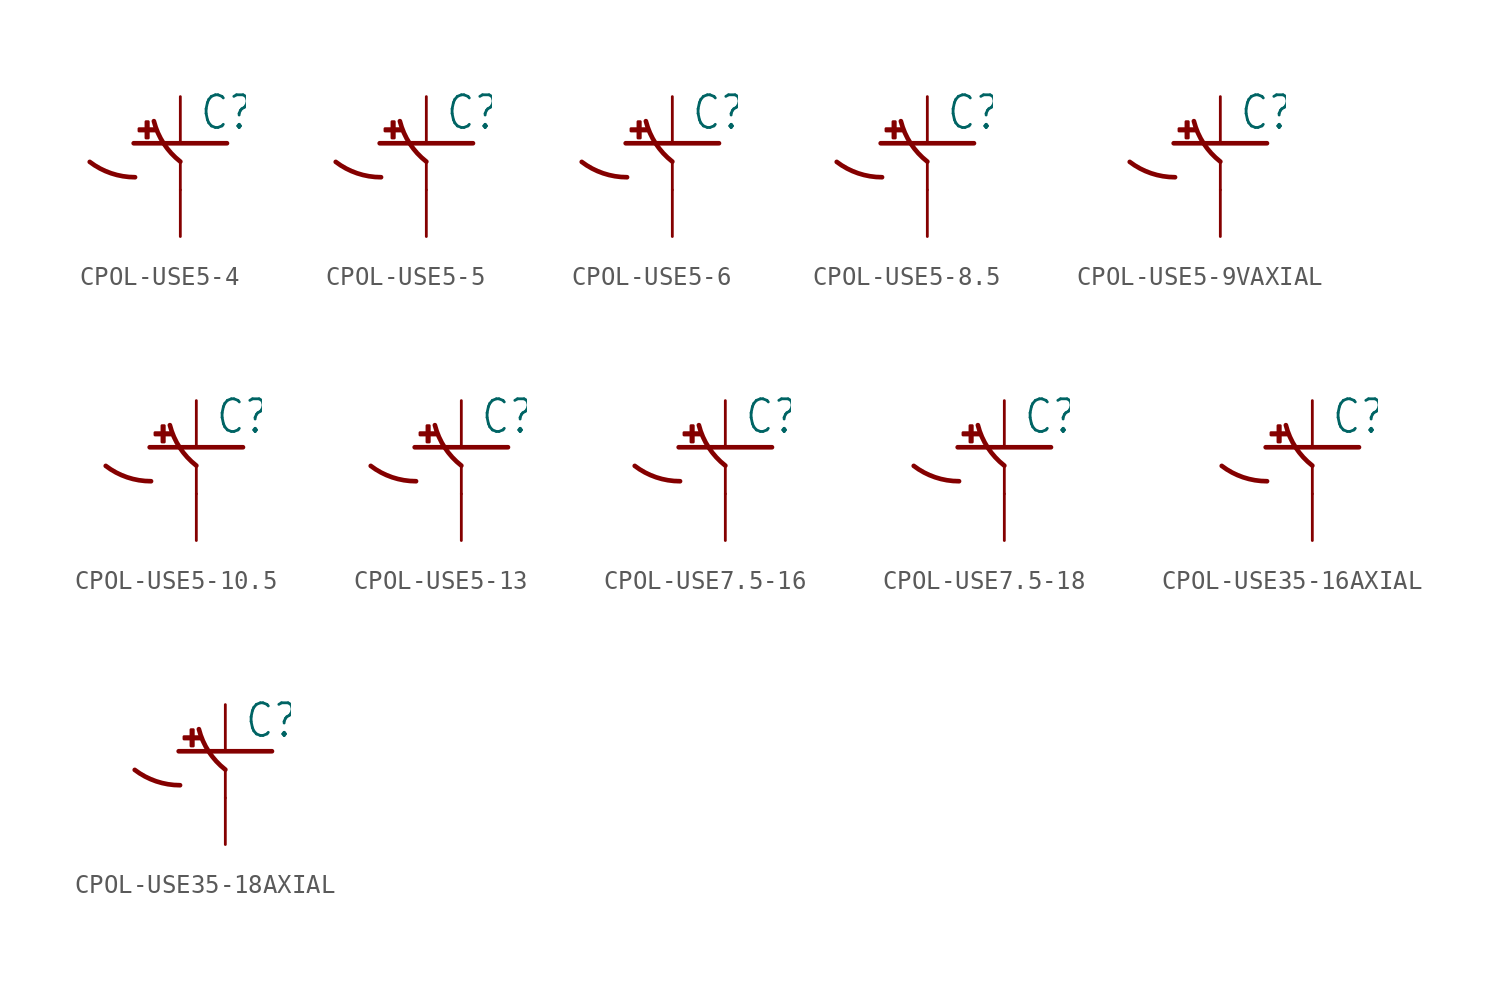
<source format=kicad_sym>
(kicad_symbol_lib
  (version 20241209)
  (generator "kicad_symbol_editor")
  (generator_version "9.0")
  (symbol "CPOL-USE5-4"
    (property "Reference" "C"
      (at 1.016 0.635 0)
      (effects (font (size 1.778 1.511)) (justify left bottom)))
    (property "Value" ""
      (at 1.016 -4.191 0)
      (effects (font (size 1.778 1.511)) (justify left bottom)))
    (property "ki_locked" ""
      (at 0 0 0)
      (effects (font (size 1.27 1.27))))
    (symbol "CPOL-USE5-4_1_0"
      (polyline (pts (xy -2.54 0) (xy 2.54 0)) (stroke (width 0.254) (type solid)) (fill (type none)))
      (arc (start -2.4669 -1.8504) (mid -3.7689 -1.6361) (end -4.9337 -1.0159) (stroke (width 0.254) (type solid)) (fill (type none)))
      (rectangle (start -2.253 0.668) (end -1.364 0.795) (stroke (width 0) (type default)) (fill (type outline)))
      (rectangle (start -1.872 0.287) (end -1.745 1.176) (stroke (width 0) (type default)) (fill (type outline)))
      (polyline (pts (xy 0 -1.016) (xy 0 -2.54)) (stroke (width 0.152) (type solid)) (fill (type none)))
      (arc (start 0 -1) (mid -0.9038 -0.0189) (end -1.4403 1.2025) (stroke (width 0.254) (type solid)) (fill (type none)))
      (pin passive line (at 0 2.54 270) (length 2.54) (name "+" (effects (font (size 0 0)))) (number "+" (effects (font (size 0 0)))))
      (pin passive line (at 0 -5.08 90) (length 2.54) (name "-" (effects (font (size 0 0)))) (number "-" (effects (font (size 0 0)))))))
  (symbol "CPOL-USE5-5"
    (property "Reference" "C"
      (at 1.016 0.635 0)
      (effects (font (size 1.778 1.511)) (justify left bottom)))
    (property "Value" ""
      (at 1.016 -4.191 0)
      (effects (font (size 1.778 1.511)) (justify left bottom)))
    (property "ki_locked" ""
      (at 0 0 0)
      (effects (font (size 1.27 1.27))))
    (symbol "CPOL-USE5-5_1_0"
      (polyline (pts (xy -2.54 0) (xy 2.54 0)) (stroke (width 0.254) (type solid)) (fill (type none)))
      (arc (start -2.4669 -1.8504) (mid -3.7689 -1.6361) (end -4.9337 -1.0159) (stroke (width 0.254) (type solid)) (fill (type none)))
      (rectangle (start -2.253 0.668) (end -1.364 0.795) (stroke (width 0) (type default)) (fill (type outline)))
      (rectangle (start -1.872 0.287) (end -1.745 1.176) (stroke (width 0) (type default)) (fill (type outline)))
      (polyline (pts (xy 0 -1.016) (xy 0 -2.54)) (stroke (width 0.152) (type solid)) (fill (type none)))
      (arc (start 0 -1) (mid -0.9038 -0.0189) (end -1.4403 1.2025) (stroke (width 0.254) (type solid)) (fill (type none)))
      (pin passive line (at 0 2.54 270) (length 2.54) (name "+" (effects (font (size 0 0)))) (number "+" (effects (font (size 0 0)))))
      (pin passive line (at 0 -5.08 90) (length 2.54) (name "-" (effects (font (size 0 0)))) (number "-" (effects (font (size 0 0)))))))
  (symbol "CPOL-USE5-6"
    (property "Reference" "C"
      (at 1.016 0.635 0)
      (effects (font (size 1.778 1.511)) (justify left bottom)))
    (property "Value" ""
      (at 1.016 -4.191 0)
      (effects (font (size 1.778 1.511)) (justify left bottom)))
    (property "ki_locked" ""
      (at 0 0 0)
      (effects (font (size 1.27 1.27))))
    (symbol "CPOL-USE5-6_1_0"
      (polyline (pts (xy -2.54 0) (xy 2.54 0)) (stroke (width 0.254) (type solid)) (fill (type none)))
      (arc (start -2.4669 -1.8504) (mid -3.7689 -1.6361) (end -4.9337 -1.0159) (stroke (width 0.254) (type solid)) (fill (type none)))
      (rectangle (start -2.253 0.668) (end -1.364 0.795) (stroke (width 0) (type default)) (fill (type outline)))
      (rectangle (start -1.872 0.287) (end -1.745 1.176) (stroke (width 0) (type default)) (fill (type outline)))
      (polyline (pts (xy 0 -1.016) (xy 0 -2.54)) (stroke (width 0.152) (type solid)) (fill (type none)))
      (arc (start 0 -1) (mid -0.9038 -0.0189) (end -1.4403 1.2025) (stroke (width 0.254) (type solid)) (fill (type none)))
      (pin passive line (at 0 2.54 270) (length 2.54) (name "+" (effects (font (size 0 0)))) (number "+" (effects (font (size 0 0)))))
      (pin passive line (at 0 -5.08 90) (length 2.54) (name "-" (effects (font (size 0 0)))) (number "-" (effects (font (size 0 0)))))))
  (symbol "CPOL-USE5-8.5"
    (property "Reference" "C"
      (at 1.016 0.635 0)
      (effects (font (size 1.778 1.511)) (justify left bottom)))
    (property "Value" ""
      (at 1.016 -4.191 0)
      (effects (font (size 1.778 1.511)) (justify left bottom)))
    (property "ki_locked" ""
      (at 0 0 0)
      (effects (font (size 1.27 1.27))))
    (symbol "CPOL-USE5-8.5_1_0"
      (polyline (pts (xy -2.54 0) (xy 2.54 0)) (stroke (width 0.254) (type solid)) (fill (type none)))
      (arc (start -2.4669 -1.8504) (mid -3.7689 -1.6361) (end -4.9337 -1.0159) (stroke (width 0.254) (type solid)) (fill (type none)))
      (rectangle (start -2.253 0.668) (end -1.364 0.795) (stroke (width 0) (type default)) (fill (type outline)))
      (rectangle (start -1.872 0.287) (end -1.745 1.176) (stroke (width 0) (type default)) (fill (type outline)))
      (polyline (pts (xy 0 -1.016) (xy 0 -2.54)) (stroke (width 0.152) (type solid)) (fill (type none)))
      (arc (start 0 -1) (mid -0.9038 -0.0189) (end -1.4403 1.2025) (stroke (width 0.254) (type solid)) (fill (type none)))
      (pin passive line (at 0 2.54 270) (length 2.54) (name "+" (effects (font (size 0 0)))) (number "+" (effects (font (size 0 0)))))
      (pin passive line (at 0 -5.08 90) (length 2.54) (name "-" (effects (font (size 0 0)))) (number "-" (effects (font (size 0 0)))))))
  (symbol "CPOL-USE5-9VAXIAL"
    (property "Reference" "C"
      (at 1.016 0.635 0)
      (effects (font (size 1.778 1.511)) (justify left bottom)))
    (property "Value" ""
      (at 1.016 -4.191 0)
      (effects (font (size 1.778 1.511)) (justify left bottom)))
    (property "ki_locked" ""
      (at 0 0 0)
      (effects (font (size 1.27 1.27))))
    (symbol "CPOL-USE5-9VAXIAL_1_0"
      (polyline (pts (xy -2.54 0) (xy 2.54 0)) (stroke (width 0.254) (type solid)) (fill (type none)))
      (arc (start -2.4669 -1.8504) (mid -3.7689 -1.6361) (end -4.9337 -1.0159) (stroke (width 0.254) (type solid)) (fill (type none)))
      (rectangle (start -2.253 0.668) (end -1.364 0.795) (stroke (width 0) (type default)) (fill (type outline)))
      (rectangle (start -1.872 0.287) (end -1.745 1.176) (stroke (width 0) (type default)) (fill (type outline)))
      (polyline (pts (xy 0 -1.016) (xy 0 -2.54)) (stroke (width 0.152) (type solid)) (fill (type none)))
      (arc (start 0 -1) (mid -0.9038 -0.0189) (end -1.4403 1.2025) (stroke (width 0.254) (type solid)) (fill (type none)))
      (pin passive line (at 0 2.54 270) (length 2.54) (name "+" (effects (font (size 0 0)))) (number "+" (effects (font (size 0 0)))))
      (pin passive line (at 0 -5.08 90) (length 2.54) (name "-" (effects (font (size 0 0)))) (number "-" (effects (font (size 0 0)))))))
  (symbol "CPOL-USE5-10.5"
    (property "Reference" "C"
      (at 1.016 0.635 0)
      (effects (font (size 1.778 1.511)) (justify left bottom)))
    (property "Value" ""
      (at 1.016 -4.191 0)
      (effects (font (size 1.778 1.511)) (justify left bottom)))
    (property "ki_locked" ""
      (at 0 0 0)
      (effects (font (size 1.27 1.27))))
    (symbol "CPOL-USE5-10.5_1_0"
      (polyline (pts (xy -2.54 0) (xy 2.54 0)) (stroke (width 0.254) (type solid)) (fill (type none)))
      (arc (start -2.4669 -1.8504) (mid -3.7689 -1.6361) (end -4.9337 -1.0159) (stroke (width 0.254) (type solid)) (fill (type none)))
      (rectangle (start -2.253 0.668) (end -1.364 0.795) (stroke (width 0) (type default)) (fill (type outline)))
      (rectangle (start -1.872 0.287) (end -1.745 1.176) (stroke (width 0) (type default)) (fill (type outline)))
      (polyline (pts (xy 0 -1.016) (xy 0 -2.54)) (stroke (width 0.152) (type solid)) (fill (type none)))
      (arc (start 0 -1) (mid -0.9038 -0.0189) (end -1.4403 1.2025) (stroke (width 0.254) (type solid)) (fill (type none)))
      (pin passive line (at 0 2.54 270) (length 2.54) (name "+" (effects (font (size 0 0)))) (number "+" (effects (font (size 0 0)))))
      (pin passive line (at 0 -5.08 90) (length 2.54) (name "-" (effects (font (size 0 0)))) (number "-" (effects (font (size 0 0)))))))
  (symbol "CPOL-USE5-13"
    (property "Reference" "C"
      (at 1.016 0.635 0)
      (effects (font (size 1.778 1.511)) (justify left bottom)))
    (property "Value" ""
      (at 1.016 -4.191 0)
      (effects (font (size 1.778 1.511)) (justify left bottom)))
    (property "ki_locked" ""
      (at 0 0 0)
      (effects (font (size 1.27 1.27))))
    (symbol "CPOL-USE5-13_1_0"
      (polyline (pts (xy -2.54 0) (xy 2.54 0)) (stroke (width 0.254) (type solid)) (fill (type none)))
      (arc (start -2.4669 -1.8504) (mid -3.7689 -1.6361) (end -4.9337 -1.0159) (stroke (width 0.254) (type solid)) (fill (type none)))
      (rectangle (start -2.253 0.668) (end -1.364 0.795) (stroke (width 0) (type default)) (fill (type outline)))
      (rectangle (start -1.872 0.287) (end -1.745 1.176) (stroke (width 0) (type default)) (fill (type outline)))
      (polyline (pts (xy 0 -1.016) (xy 0 -2.54)) (stroke (width 0.152) (type solid)) (fill (type none)))
      (arc (start 0 -1) (mid -0.9038 -0.0189) (end -1.4403 1.2025) (stroke (width 0.254) (type solid)) (fill (type none)))
      (pin passive line (at 0 2.54 270) (length 2.54) (name "+" (effects (font (size 0 0)))) (number "+" (effects (font (size 0 0)))))
      (pin passive line (at 0 -5.08 90) (length 2.54) (name "-" (effects (font (size 0 0)))) (number "-" (effects (font (size 0 0)))))))
  (symbol "CPOL-USE7.5-16"
    (property "Reference" "C"
      (at 1.016 0.635 0)
      (effects (font (size 1.778 1.511)) (justify left bottom)))
    (property "Value" ""
      (at 1.016 -4.191 0)
      (effects (font (size 1.778 1.511)) (justify left bottom)))
    (property "ki_locked" ""
      (at 0 0 0)
      (effects (font (size 1.27 1.27))))
    (symbol "CPOL-USE7.5-16_1_0"
      (polyline (pts (xy -2.54 0) (xy 2.54 0)) (stroke (width 0.254) (type solid)) (fill (type none)))
      (arc (start -2.4669 -1.8504) (mid -3.7689 -1.6361) (end -4.9337 -1.0159) (stroke (width 0.254) (type solid)) (fill (type none)))
      (rectangle (start -2.253 0.668) (end -1.364 0.795) (stroke (width 0) (type default)) (fill (type outline)))
      (rectangle (start -1.872 0.287) (end -1.745 1.176) (stroke (width 0) (type default)) (fill (type outline)))
      (polyline (pts (xy 0 -1.016) (xy 0 -2.54)) (stroke (width 0.152) (type solid)) (fill (type none)))
      (arc (start 0 -1) (mid -0.9038 -0.0189) (end -1.4403 1.2025) (stroke (width 0.254) (type solid)) (fill (type none)))
      (pin passive line (at 0 2.54 270) (length 2.54) (name "+" (effects (font (size 0 0)))) (number "+" (effects (font (size 0 0)))))
      (pin passive line (at 0 -5.08 90) (length 2.54) (name "-" (effects (font (size 0 0)))) (number "-" (effects (font (size 0 0)))))))
  (symbol "CPOL-USE7.5-18"
    (property "Reference" "C"
      (at 1.016 0.635 0)
      (effects (font (size 1.778 1.511)) (justify left bottom)))
    (property "Value" ""
      (at 1.016 -4.191 0)
      (effects (font (size 1.778 1.511)) (justify left bottom)))
    (property "ki_locked" ""
      (at 0 0 0)
      (effects (font (size 1.27 1.27))))
    (symbol "CPOL-USE7.5-18_1_0"
      (polyline (pts (xy -2.54 0) (xy 2.54 0)) (stroke (width 0.254) (type solid)) (fill (type none)))
      (arc (start -2.4669 -1.8504) (mid -3.7689 -1.6361) (end -4.9337 -1.0159) (stroke (width 0.254) (type solid)) (fill (type none)))
      (rectangle (start -2.253 0.668) (end -1.364 0.795) (stroke (width 0) (type default)) (fill (type outline)))
      (rectangle (start -1.872 0.287) (end -1.745 1.176) (stroke (width 0) (type default)) (fill (type outline)))
      (polyline (pts (xy 0 -1.016) (xy 0 -2.54)) (stroke (width 0.152) (type solid)) (fill (type none)))
      (arc (start 0 -1) (mid -0.9038 -0.0189) (end -1.4403 1.2025) (stroke (width 0.254) (type solid)) (fill (type none)))
      (pin passive line (at 0 2.54 270) (length 2.54) (name "+" (effects (font (size 0 0)))) (number "+" (effects (font (size 0 0)))))
      (pin passive line (at 0 -5.08 90) (length 2.54) (name "-" (effects (font (size 0 0)))) (number "-" (effects (font (size 0 0)))))))
  (symbol "CPOL-USE35-16AXIAL"
    (property "Reference" "C"
      (at 1.016 0.635 0)
      (effects (font (size 1.778 1.511)) (justify left bottom)))
    (property "Value" ""
      (at 1.016 -4.191 0)
      (effects (font (size 1.778 1.511)) (justify left bottom)))
    (property "ki_locked" ""
      (at 0 0 0)
      (effects (font (size 1.27 1.27))))
    (symbol "CPOL-USE35-16AXIAL_1_0"
      (polyline (pts (xy -2.54 0) (xy 2.54 0)) (stroke (width 0.254) (type solid)) (fill (type none)))
      (arc (start -2.4669 -1.8504) (mid -3.7689 -1.6361) (end -4.9337 -1.0159) (stroke (width 0.254) (type solid)) (fill (type none)))
      (rectangle (start -2.253 0.668) (end -1.364 0.795) (stroke (width 0) (type default)) (fill (type outline)))
      (rectangle (start -1.872 0.287) (end -1.745 1.176) (stroke (width 0) (type default)) (fill (type outline)))
      (polyline (pts (xy 0 -1.016) (xy 0 -2.54)) (stroke (width 0.152) (type solid)) (fill (type none)))
      (arc (start 0 -1) (mid -0.9038 -0.0189) (end -1.4403 1.2025) (stroke (width 0.254) (type solid)) (fill (type none)))
      (pin passive line (at 0 2.54 270) (length 2.54) (name "+" (effects (font (size 0 0)))) (number "+" (effects (font (size 0 0)))))
      (pin passive line (at 0 -5.08 90) (length 2.54) (name "-" (effects (font (size 0 0)))) (number "-" (effects (font (size 0 0)))))))
  (symbol "CPOL-USE35-18AXIAL"
    (property "Reference" "C"
      (at 1.016 0.635 0)
      (effects (font (size 1.778 1.511)) (justify left bottom)))
    (property "Value" ""
      (at 1.016 -4.191 0)
      (effects (font (size 1.778 1.511)) (justify left bottom)))
    (property "ki_locked" ""
      (at 0 0 0)
      (effects (font (size 1.27 1.27))))
    (symbol "CPOL-USE35-18AXIAL_1_0"
      (polyline (pts (xy -2.54 0) (xy 2.54 0)) (stroke (width 0.254) (type solid)) (fill (type none)))
      (arc (start -2.4669 -1.8504) (mid -3.7689 -1.6361) (end -4.9337 -1.0159) (stroke (width 0.254) (type solid)) (fill (type none)))
      (rectangle (start -2.253 0.668) (end -1.364 0.795) (stroke (width 0) (type default)) (fill (type outline)))
      (rectangle (start -1.872 0.287) (end -1.745 1.176) (stroke (width 0) (type default)) (fill (type outline)))
      (polyline (pts (xy 0 -1.016) (xy 0 -2.54)) (stroke (width 0.152) (type solid)) (fill (type none)))
      (arc (start 0 -1) (mid -0.9038 -0.0189) (end -1.4403 1.2025) (stroke (width 0.254) (type solid)) (fill (type none)))
      (pin passive line (at 0 2.54 270) (length 2.54) (name "+" (effects (font (size 0 0)))) (number "+" (effects (font (size 0 0)))))
      (pin passive line (at 0 -5.08 90) (length 2.54) (name "-" (effects (font (size 0 0)))) (number "-" (effects (font (size 0 0))))))))
</source>
